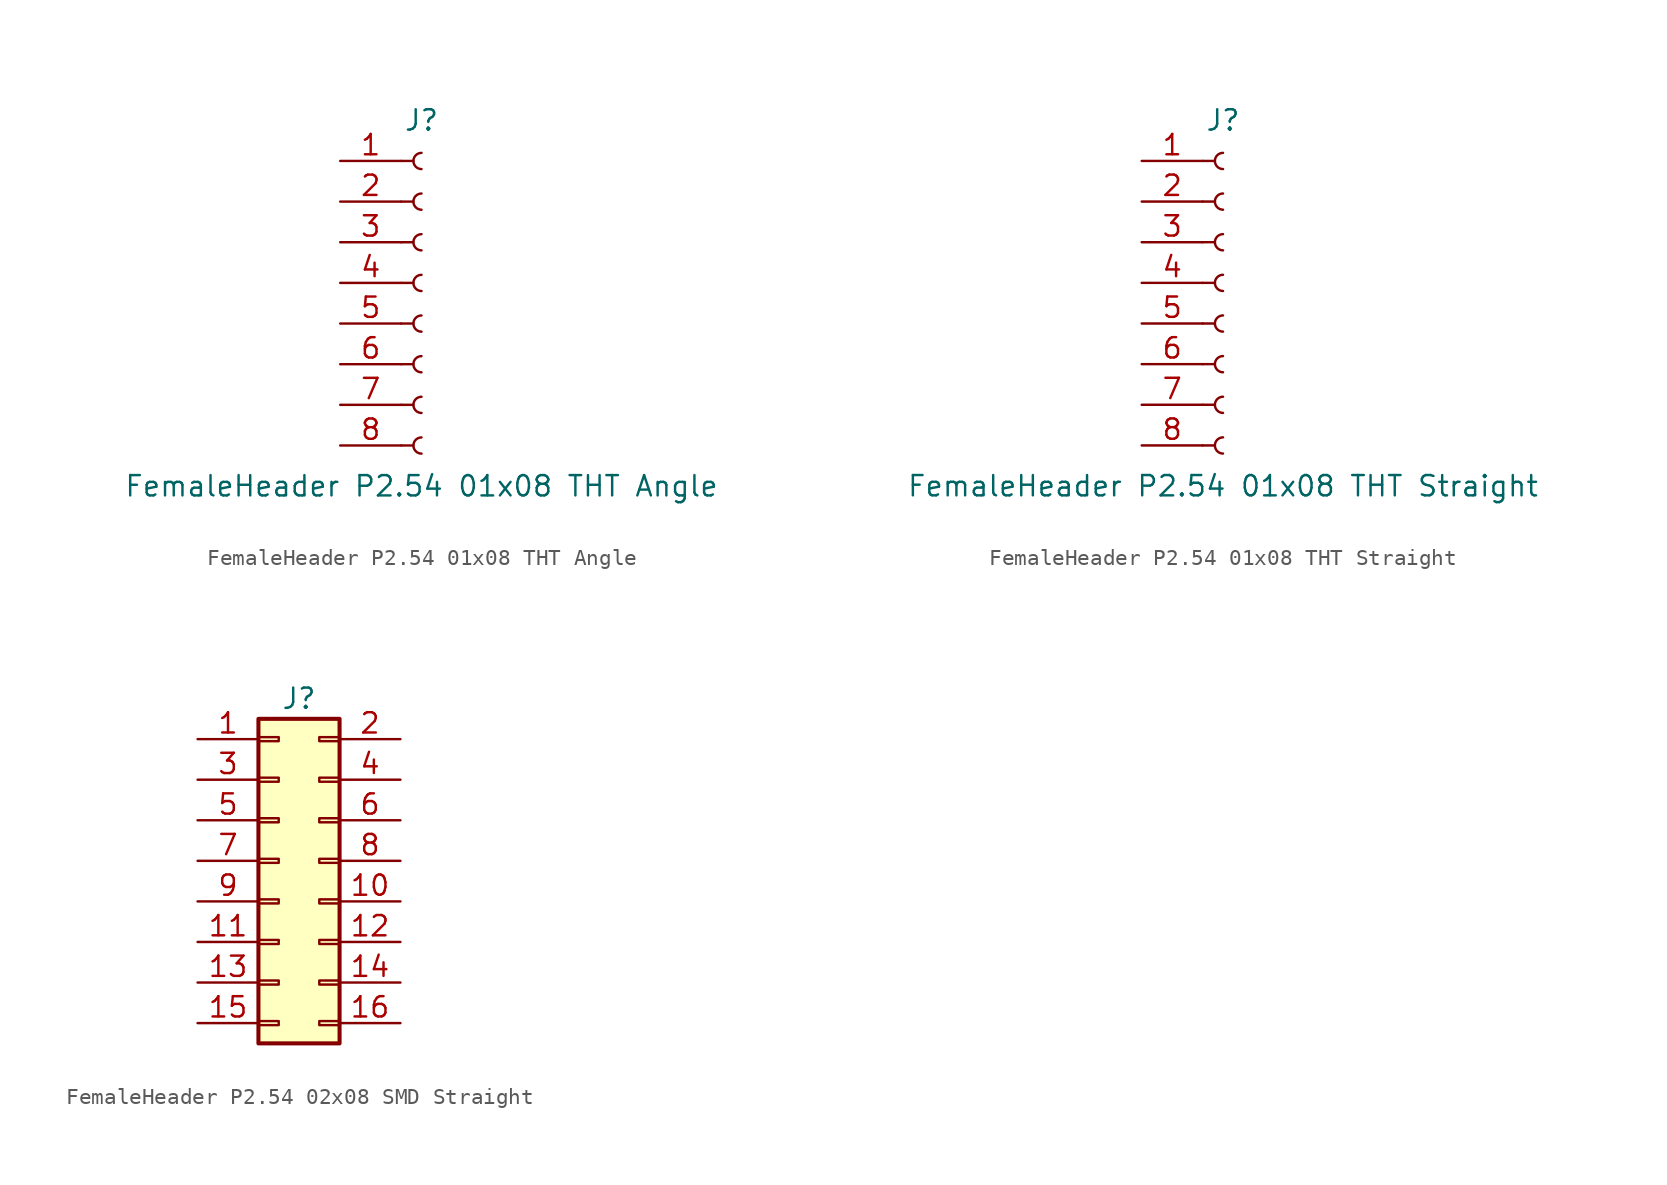
<source format=kicad_sym>
(kicad_symbol_lib
  (version 20231120)
  (generator "kicad_symbol_editor")
  (generator_version "8.0")
  (symbol "FemaleHeader P2.54 01x08 THT Angle"
    (pin_names
      (offset 1.016) hide)
    (property "Reference" "J"
      (at 0 10.16 0)
      (effects (font (size 1.27 1.27))))
    (property "Value" "FemaleHeader P2.54 01x08 THT Angle"
      (at 0 -12.7 0)
      (effects (font (size 1.27 1.27))))
    (symbol "FemaleHeader P2.54 01x08 THT Angle_1_1"
      (arc (start 0 -9.652) (mid -0.5058 -10.16) (end 0 -10.668) (stroke (width 0.1524) (type default)) (fill (type none)))
      (arc (start 0 -7.112) (mid -0.5058 -7.62) (end 0 -8.128) (stroke (width 0.1524) (type default)) (fill (type none)))
      (arc (start 0 -4.572) (mid -0.5058 -5.08) (end 0 -5.588) (stroke (width 0.1524) (type default)) (fill (type none)))
      (arc (start 0 -2.032) (mid -0.5058 -2.54) (end 0 -3.048) (stroke (width 0.1524) (type default)) (fill (type none)))
      (polyline (pts (xy -1.27 -10.16) (xy -0.508 -10.16)) (stroke (width 0.152) (type default)) (fill (type none)))
      (polyline (pts (xy -1.27 -7.62) (xy -0.508 -7.62)) (stroke (width 0.152) (type default)) (fill (type none)))
      (polyline (pts (xy -1.27 -5.08) (xy -0.508 -5.08)) (stroke (width 0.152) (type default)) (fill (type none)))
      (polyline (pts (xy -1.27 -2.54) (xy -0.508 -2.54)) (stroke (width 0.152) (type default)) (fill (type none)))
      (polyline (pts (xy -1.27 0) (xy -0.508 0)) (stroke (width 0.152) (type default)) (fill (type none)))
      (polyline (pts (xy -1.27 2.54) (xy -0.508 2.54)) (stroke (width 0.152) (type default)) (fill (type none)))
      (polyline (pts (xy -1.27 5.08) (xy -0.508 5.08)) (stroke (width 0.152) (type default)) (fill (type none)))
      (polyline (pts (xy -1.27 7.62) (xy -0.508 7.62)) (stroke (width 0.152) (type default)) (fill (type none)))
      (arc (start 0 0.508) (mid -0.5058 0) (end 0 -0.508) (stroke (width 0.1524) (type default)) (fill (type none)))
      (arc (start 0 3.048) (mid -0.5058 2.54) (end 0 2.032) (stroke (width 0.1524) (type default)) (fill (type none)))
      (arc (start 0 5.588) (mid -0.5058 5.08) (end 0 4.572) (stroke (width 0.1524) (type default)) (fill (type none)))
      (arc (start 0 8.128) (mid -0.5058 7.62) (end 0 7.112) (stroke (width 0.1524) (type default)) (fill (type none)))
      (pin passive line (at -5.08 7.62 0) (length 3.81) (name "Pin_1" (effects (font (size 1.27 1.27)))) (number "1" (effects (font (size 1.27 1.27)))))
      (pin passive line (at -5.08 5.08 0) (length 3.81) (name "Pin_2" (effects (font (size 1.27 1.27)))) (number "2" (effects (font (size 1.27 1.27)))))
      (pin passive line (at -5.08 2.54 0) (length 3.81) (name "Pin_3" (effects (font (size 1.27 1.27)))) (number "3" (effects (font (size 1.27 1.27)))))
      (pin passive line (at -5.08 0 0) (length 3.81) (name "Pin_4" (effects (font (size 1.27 1.27)))) (number "4" (effects (font (size 1.27 1.27)))))
      (pin passive line (at -5.08 -2.54 0) (length 3.81) (name "Pin_5" (effects (font (size 1.27 1.27)))) (number "5" (effects (font (size 1.27 1.27)))))
      (pin passive line (at -5.08 -5.08 0) (length 3.81) (name "Pin_6" (effects (font (size 1.27 1.27)))) (number "6" (effects (font (size 1.27 1.27)))))
      (pin passive line (at -5.08 -7.62 0) (length 3.81) (name "Pin_7" (effects (font (size 1.27 1.27)))) (number "7" (effects (font (size 1.27 1.27)))))
      (pin passive line (at -5.08 -10.16 0) (length 3.81) (name "Pin_8" (effects (font (size 1.27 1.27)))) (number "8" (effects (font (size 1.27 1.27)))))))
  (symbol "FemaleHeader P2.54 01x08 THT Straight"
    (pin_names
      (offset 1.016) hide)
    (property "Reference" "J"
      (at 0 10.16 0)
      (effects (font (size 1.27 1.27))))
    (property "Value" "FemaleHeader P2.54 01x08 THT Straight"
      (at 0 -12.7 0)
      (effects (font (size 1.27 1.27))))
    (symbol "FemaleHeader P2.54 01x08 THT Straight_1_1"
      (arc (start 0 -9.652) (mid -0.5058 -10.16) (end 0 -10.668) (stroke (width 0.1524) (type default)) (fill (type none)))
      (arc (start 0 -7.112) (mid -0.5058 -7.62) (end 0 -8.128) (stroke (width 0.1524) (type default)) (fill (type none)))
      (arc (start 0 -4.572) (mid -0.5058 -5.08) (end 0 -5.588) (stroke (width 0.1524) (type default)) (fill (type none)))
      (arc (start 0 -2.032) (mid -0.5058 -2.54) (end 0 -3.048) (stroke (width 0.1524) (type default)) (fill (type none)))
      (polyline (pts (xy -1.27 -10.16) (xy -0.508 -10.16)) (stroke (width 0.152) (type default)) (fill (type none)))
      (polyline (pts (xy -1.27 -7.62) (xy -0.508 -7.62)) (stroke (width 0.152) (type default)) (fill (type none)))
      (polyline (pts (xy -1.27 -5.08) (xy -0.508 -5.08)) (stroke (width 0.152) (type default)) (fill (type none)))
      (polyline (pts (xy -1.27 -2.54) (xy -0.508 -2.54)) (stroke (width 0.152) (type default)) (fill (type none)))
      (polyline (pts (xy -1.27 0) (xy -0.508 0)) (stroke (width 0.152) (type default)) (fill (type none)))
      (polyline (pts (xy -1.27 2.54) (xy -0.508 2.54)) (stroke (width 0.152) (type default)) (fill (type none)))
      (polyline (pts (xy -1.27 5.08) (xy -0.508 5.08)) (stroke (width 0.152) (type default)) (fill (type none)))
      (polyline (pts (xy -1.27 7.62) (xy -0.508 7.62)) (stroke (width 0.152) (type default)) (fill (type none)))
      (arc (start 0 0.508) (mid -0.5058 0) (end 0 -0.508) (stroke (width 0.1524) (type default)) (fill (type none)))
      (arc (start 0 3.048) (mid -0.5058 2.54) (end 0 2.032) (stroke (width 0.1524) (type default)) (fill (type none)))
      (arc (start 0 5.588) (mid -0.5058 5.08) (end 0 4.572) (stroke (width 0.1524) (type default)) (fill (type none)))
      (arc (start 0 8.128) (mid -0.5058 7.62) (end 0 7.112) (stroke (width 0.1524) (type default)) (fill (type none)))
      (pin passive line (at -5.08 7.62 0) (length 3.81) (name "Pin_1" (effects (font (size 1.27 1.27)))) (number "1" (effects (font (size 1.27 1.27)))))
      (pin passive line (at -5.08 5.08 0) (length 3.81) (name "Pin_2" (effects (font (size 1.27 1.27)))) (number "2" (effects (font (size 1.27 1.27)))))
      (pin passive line (at -5.08 2.54 0) (length 3.81) (name "Pin_3" (effects (font (size 1.27 1.27)))) (number "3" (effects (font (size 1.27 1.27)))))
      (pin passive line (at -5.08 0 0) (length 3.81) (name "Pin_4" (effects (font (size 1.27 1.27)))) (number "4" (effects (font (size 1.27 1.27)))))
      (pin passive line (at -5.08 -2.54 0) (length 3.81) (name "Pin_5" (effects (font (size 1.27 1.27)))) (number "5" (effects (font (size 1.27 1.27)))))
      (pin passive line (at -5.08 -5.08 0) (length 3.81) (name "Pin_6" (effects (font (size 1.27 1.27)))) (number "6" (effects (font (size 1.27 1.27)))))
      (pin passive line (at -5.08 -7.62 0) (length 3.81) (name "Pin_7" (effects (font (size 1.27 1.27)))) (number "7" (effects (font (size 1.27 1.27)))))
      (pin passive line (at -5.08 -10.16 0) (length 3.81) (name "Pin_8" (effects (font (size 1.27 1.27)))) (number "8" (effects (font (size 1.27 1.27)))))))
  (symbol "FemaleHeader P2.54 02x08 SMD Straight"
    (pin_names
      (offset 1.016) hide)
    (property "Reference" "J"
      (at 1.27 10.16 0)
      (effects (font (size 1.27 1.27))))
    (symbol "FemaleHeader P2.54 02x08 SMD Straight_1_1"
      (rectangle (start -1.27 -10.033) (end 0 -10.287) (stroke (width 0.152) (type default)) (fill (type none)))
      (rectangle (start -1.27 -7.493) (end 0 -7.747) (stroke (width 0.152) (type default)) (fill (type none)))
      (rectangle (start -1.27 -4.953) (end 0 -5.207) (stroke (width 0.152) (type default)) (fill (type none)))
      (rectangle (start -1.27 -2.413) (end 0 -2.667) (stroke (width 0.152) (type default)) (fill (type none)))
      (rectangle (start -1.27 0.127) (end 0 -0.127) (stroke (width 0.152) (type default)) (fill (type none)))
      (rectangle (start -1.27 2.667) (end 0 2.413) (stroke (width 0.152) (type default)) (fill (type none)))
      (rectangle (start -1.27 5.207) (end 0 4.953) (stroke (width 0.152) (type default)) (fill (type none)))
      (rectangle (start -1.27 7.747) (end 0 7.493) (stroke (width 0.152) (type default)) (fill (type none)))
      (rectangle (start -1.27 8.89) (end 3.81 -11.43) (stroke (width 0.254) (type default)) (fill (type background)))
      (rectangle (start 3.81 -10.033) (end 2.54 -10.287) (stroke (width 0.152) (type default)) (fill (type none)))
      (rectangle (start 3.81 -7.493) (end 2.54 -7.747) (stroke (width 0.152) (type default)) (fill (type none)))
      (rectangle (start 3.81 -4.953) (end 2.54 -5.207) (stroke (width 0.152) (type default)) (fill (type none)))
      (rectangle (start 3.81 -2.413) (end 2.54 -2.667) (stroke (width 0.152) (type default)) (fill (type none)))
      (rectangle (start 3.81 0.127) (end 2.54 -0.127) (stroke (width 0.152) (type default)) (fill (type none)))
      (rectangle (start 3.81 2.667) (end 2.54 2.413) (stroke (width 0.152) (type default)) (fill (type none)))
      (rectangle (start 3.81 5.207) (end 2.54 4.953) (stroke (width 0.152) (type default)) (fill (type none)))
      (rectangle (start 3.81 7.747) (end 2.54 7.493) (stroke (width 0.152) (type default)) (fill (type none)))
      (pin passive line (at -5.08 7.62 0) (length 3.81) (name "Pin_1" (effects (font (size 1.27 1.27)))) (number "1" (effects (font (size 1.27 1.27)))))
      (pin passive line (at 7.62 -2.54 180) (length 3.81) (name "Pin_10" (effects (font (size 1.27 1.27)))) (number "10" (effects (font (size 1.27 1.27)))))
      (pin passive line (at -5.08 -5.08 0) (length 3.81) (name "Pin_11" (effects (font (size 1.27 1.27)))) (number "11" (effects (font (size 1.27 1.27)))))
      (pin passive line (at 7.62 -5.08 180) (length 3.81) (name "Pin_12" (effects (font (size 1.27 1.27)))) (number "12" (effects (font (size 1.27 1.27)))))
      (pin passive line (at -5.08 -7.62 0) (length 3.81) (name "Pin_13" (effects (font (size 1.27 1.27)))) (number "13" (effects (font (size 1.27 1.27)))))
      (pin passive line (at 7.62 -7.62 180) (length 3.81) (name "Pin_14" (effects (font (size 1.27 1.27)))) (number "14" (effects (font (size 1.27 1.27)))))
      (pin passive line (at -5.08 -10.16 0) (length 3.81) (name "Pin_15" (effects (font (size 1.27 1.27)))) (number "15" (effects (font (size 1.27 1.27)))))
      (pin passive line (at 7.62 -10.16 180) (length 3.81) (name "Pin_16" (effects (font (size 1.27 1.27)))) (number "16" (effects (font (size 1.27 1.27)))))
      (pin passive line (at 7.62 7.62 180) (length 3.81) (name "Pin_2" (effects (font (size 1.27 1.27)))) (number "2" (effects (font (size 1.27 1.27)))))
      (pin passive line (at -5.08 5.08 0) (length 3.81) (name "Pin_3" (effects (font (size 1.27 1.27)))) (number "3" (effects (font (size 1.27 1.27)))))
      (pin passive line (at 7.62 5.08 180) (length 3.81) (name "Pin_4" (effects (font (size 1.27 1.27)))) (number "4" (effects (font (size 1.27 1.27)))))
      (pin passive line (at -5.08 2.54 0) (length 3.81) (name "Pin_5" (effects (font (size 1.27 1.27)))) (number "5" (effects (font (size 1.27 1.27)))))
      (pin passive line (at 7.62 2.54 180) (length 3.81) (name "Pin_6" (effects (font (size 1.27 1.27)))) (number "6" (effects (font (size 1.27 1.27)))))
      (pin passive line (at -5.08 0 0) (length 3.81) (name "Pin_7" (effects (font (size 1.27 1.27)))) (number "7" (effects (font (size 1.27 1.27)))))
      (pin passive line (at 7.62 0 180) (length 3.81) (name "Pin_8" (effects (font (size 1.27 1.27)))) (number "8" (effects (font (size 1.27 1.27)))))
      (pin passive line (at -5.08 -2.54 0) (length 3.81) (name "Pin_9" (effects (font (size 1.27 1.27)))) (number "9" (effects (font (size 1.27 1.27))))))))
</source>
